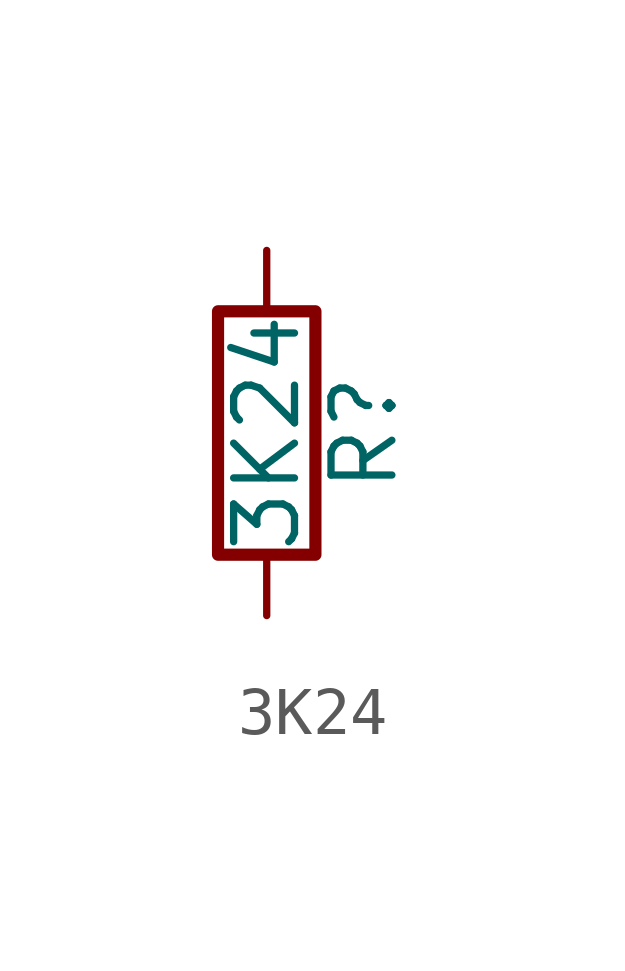
<source format=kicad_sym>
(kicad_symbol_lib
  (version 20220914)
  (generator kicad_db_lib)
  (symbol "3K24"
    (pin_numbers hide)
    (pin_names
      (offset 0))
    (property "Reference" "R"
      (at 2.032 0 90)
      (effects (font (size 1.27 1.27))))
    (property "Value" "3K24"
      (at 0 0 90)
      (effects (font (size 1.27 1.27))))
    (symbol "3K24_0_1"
      (rectangle (start -1.016 -2.54) (end 1.016 2.54) (stroke (width 0.254) (type default)) (fill (type none))))
    (symbol "3K24_1_1"
      (pin passive line (at 0 3.81 270) (length 1.27) (name "~" (effects (font (size 1.27 1.27)))) (number "1" (effects (font (size 1.27 1.27)))))
      (pin passive line (at 0 -3.81 90) (length 1.27) (name "~" (effects (font (size 1.27 1.27)))) (number "2" (effects (font (size 1.27 1.27))))))))
</source>
